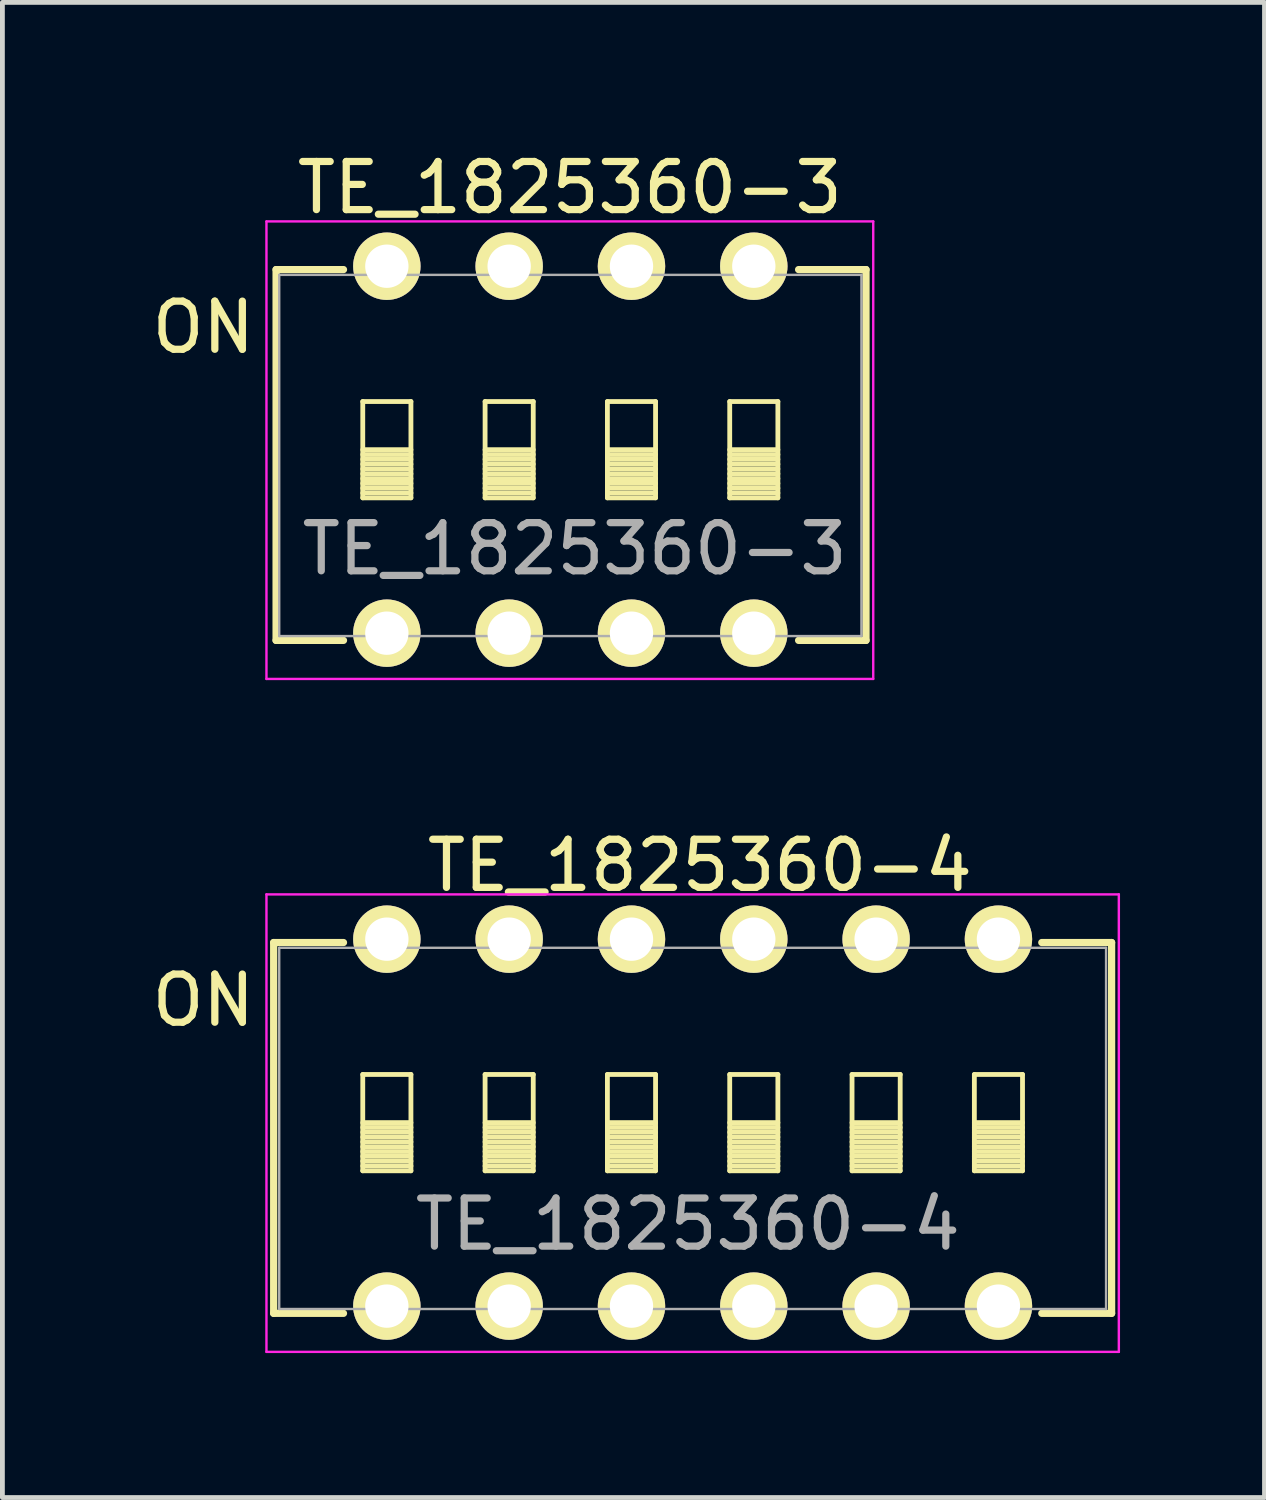
<source format=kicad_pcb>
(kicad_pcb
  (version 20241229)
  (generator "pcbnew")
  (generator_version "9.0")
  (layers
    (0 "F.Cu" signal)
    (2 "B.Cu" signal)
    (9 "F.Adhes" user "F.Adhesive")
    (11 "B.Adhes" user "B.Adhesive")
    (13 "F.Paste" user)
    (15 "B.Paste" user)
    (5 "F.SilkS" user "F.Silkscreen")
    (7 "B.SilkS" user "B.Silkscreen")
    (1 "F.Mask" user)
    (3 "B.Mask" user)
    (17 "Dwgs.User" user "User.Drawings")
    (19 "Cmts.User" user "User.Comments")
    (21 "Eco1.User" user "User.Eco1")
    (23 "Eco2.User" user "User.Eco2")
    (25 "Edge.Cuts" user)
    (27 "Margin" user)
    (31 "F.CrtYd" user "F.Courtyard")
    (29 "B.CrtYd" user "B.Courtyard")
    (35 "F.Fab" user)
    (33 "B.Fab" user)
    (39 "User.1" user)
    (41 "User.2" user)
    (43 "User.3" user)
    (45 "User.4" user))
  (footprint "TE_1825360-4"
    (layer "F.Cu")
    (at 4.983 24.072)
    (property "Reference" "TE_1825360-4" (at 6.25 -1.7 0) (layer "F.Fab") (effects (font (size 1 1) (thickness 0.15))))
    (attr through_hole)
    (fp_line (start -2.35 -7.55) (end -0.9 -7.55) (stroke (width 0.15) (type solid)) (layer "F.SilkS"))
    (fp_line (start -2.35 0.15) (end -2.35 -7.55) (stroke (width 0.15) (type solid)) (layer "F.SilkS"))
    (fp_line (start -0.9 0.15) (end -2.35 0.15) (stroke (width 0.15) (type solid)) (layer "F.SilkS"))
    (fp_line (start -0.5 -4.81) (end -0.5 -2.81) (stroke (width 0.1) (type solid)) (layer "F.SilkS"))
    (fp_line (start -0.5 -3.81) (end 0.5 -3.81) (stroke (width 0.1) (type solid)) (layer "F.SilkS"))
    (fp_line (start -0.5 -3.71) (end 0.5 -3.71) (stroke (width 0.1) (type solid)) (layer "F.SilkS"))
    (fp_line (start -0.5 -3.61) (end 0.5 -3.61) (stroke (width 0.1) (type solid)) (layer "F.SilkS"))
    (fp_line (start -0.5 -3.51) (end 0.5 -3.51) (stroke (width 0.1) (type solid)) (layer "F.SilkS"))
    (fp_line (start -0.5 -3.41) (end 0.5 -3.41) (stroke (width 0.1) (type solid)) (layer "F.SilkS"))
    (fp_line (start -0.5 -3.31) (end 0.5 -3.31) (stroke (width 0.1) (type solid)) (layer "F.SilkS"))
    (fp_line (start -0.5 -3.21) (end 0.5 -3.21) (stroke (width 0.1) (type solid)) (layer "F.SilkS"))
    (fp_line (start -0.5 -3.11) (end 0.5 -3.11) (stroke (width 0.1) (type solid)) (layer "F.SilkS"))
    (fp_line (start -0.5 -3.01) (end 0.5 -3.01) (stroke (width 0.1) (type solid)) (layer "F.SilkS"))
    (fp_line (start -0.5 -2.91) (end 0.5 -2.91) (stroke (width 0.1) (type solid)) (layer "F.SilkS"))
    (fp_line (start -0.5 -2.81) (end 0.5 -2.81) (stroke (width 0.1) (type solid)) (layer "F.SilkS"))
    (fp_line (start 0.5 -4.81) (end -0.5 -4.81) (stroke (width 0.1) (type solid)) (layer "F.SilkS"))
    (fp_line (start 0.5 -2.81) (end 0.5 -4.81) (stroke (width 0.1) (type solid)) (layer "F.SilkS"))
    (fp_line (start 2.04 -4.81) (end 2.04 -2.81) (stroke (width 0.1) (type solid)) (layer "F.SilkS"))
    (fp_line (start 2.04 -3.81) (end 3.04 -3.81) (stroke (width 0.1) (type solid)) (layer "F.SilkS"))
    (fp_line (start 2.04 -3.71) (end 3.04 -3.71) (stroke (width 0.1) (type solid)) (layer "F.SilkS"))
    (fp_line (start 2.04 -3.61) (end 3.04 -3.61) (stroke (width 0.1) (type solid)) (layer "F.SilkS"))
    (fp_line (start 2.04 -3.51) (end 3.04 -3.51) (stroke (width 0.1) (type solid)) (layer "F.SilkS"))
    (fp_line (start 2.04 -3.41) (end 3.04 -3.41) (stroke (width 0.1) (type solid)) (layer "F.SilkS"))
    (fp_line (start 2.04 -3.31) (end 3.04 -3.31) (stroke (width 0.1) (type solid)) (layer "F.SilkS"))
    (fp_line (start 2.04 -3.21) (end 3.04 -3.21) (stroke (width 0.1) (type solid)) (layer "F.SilkS"))
    (fp_line (start 2.04 -3.11) (end 3.04 -3.11) (stroke (width 0.1) (type solid)) (layer "F.SilkS"))
    (fp_line (start 2.04 -3.01) (end 3.04 -3.01) (stroke (width 0.1) (type solid)) (layer "F.SilkS"))
    (fp_line (start 2.04 -2.91) (end 3.04 -2.91) (stroke (width 0.1) (type solid)) (layer "F.SilkS"))
    (fp_line (start 2.04 -2.81) (end 3.04 -2.81) (stroke (width 0.1) (type solid)) (layer "F.SilkS"))
    (fp_line (start 3.04 -4.81) (end 2.04 -4.81) (stroke (width 0.1) (type solid)) (layer "F.SilkS"))
    (fp_line (start 3.04 -2.81) (end 3.04 -4.81) (stroke (width 0.1) (type solid)) (layer "F.SilkS"))
    (fp_line (start 4.58 -4.81) (end 4.58 -2.81) (stroke (width 0.1) (type solid)) (layer "F.SilkS"))
    (fp_line (start 4.58 -3.81) (end 5.58 -3.81) (stroke (width 0.1) (type solid)) (layer "F.SilkS"))
    (fp_line (start 4.58 -3.71) (end 5.58 -3.71) (stroke (width 0.1) (type solid)) (layer "F.SilkS"))
    (fp_line (start 4.58 -3.61) (end 5.58 -3.61) (stroke (width 0.1) (type solid)) (layer "F.SilkS"))
    (fp_line (start 4.58 -3.51) (end 5.58 -3.51) (stroke (width 0.1) (type solid)) (layer "F.SilkS"))
    (fp_line (start 4.58 -3.41) (end 5.58 -3.41) (stroke (width 0.1) (type solid)) (layer "F.SilkS"))
    (fp_line (start 4.58 -3.31) (end 5.58 -3.31) (stroke (width 0.1) (type solid)) (layer "F.SilkS"))
    (fp_line (start 4.58 -3.21) (end 5.58 -3.21) (stroke (width 0.1) (type solid)) (layer "F.SilkS"))
    (fp_line (start 4.58 -3.11) (end 5.58 -3.11) (stroke (width 0.1) (type solid)) (layer "F.SilkS"))
    (fp_line (start 4.58 -3.01) (end 5.58 -3.01) (stroke (width 0.1) (type solid)) (layer "F.SilkS"))
    (fp_line (start 4.58 -2.91) (end 5.58 -2.91) (stroke (width 0.1) (type solid)) (layer "F.SilkS"))
    (fp_line (start 4.58 -2.81) (end 5.58 -2.81) (stroke (width 0.1) (type solid)) (layer "F.SilkS"))
    (fp_line (start 5.58 -4.81) (end 4.58 -4.81) (stroke (width 0.1) (type solid)) (layer "F.SilkS"))
    (fp_line (start 5.58 -2.81) (end 5.58 -4.81) (stroke (width 0.1) (type solid)) (layer "F.SilkS"))
    (fp_line (start 7.12 -4.81) (end 7.12 -2.81) (stroke (width 0.1) (type solid)) (layer "F.SilkS"))
    (fp_line (start 7.12 -3.81) (end 8.12 -3.81) (stroke (width 0.1) (type solid)) (layer "F.SilkS"))
    (fp_line (start 7.12 -3.71) (end 8.12 -3.71) (stroke (width 0.1) (type solid)) (layer "F.SilkS"))
    (fp_line (start 7.12 -3.61) (end 8.12 -3.61) (stroke (width 0.1) (type solid)) (layer "F.SilkS"))
    (fp_line (start 7.12 -3.51) (end 8.12 -3.51) (stroke (width 0.1) (type solid)) (layer "F.SilkS"))
    (fp_line (start 7.12 -3.41) (end 8.12 -3.41) (stroke (width 0.1) (type solid)) (layer "F.SilkS"))
    (fp_line (start 7.12 -3.31) (end 8.12 -3.31) (stroke (width 0.1) (type solid)) (layer "F.SilkS"))
    (fp_line (start 7.12 -3.21) (end 8.12 -3.21) (stroke (width 0.1) (type solid)) (layer "F.SilkS"))
    (fp_line (start 7.12 -3.11) (end 8.12 -3.11) (stroke (width 0.1) (type solid)) (layer "F.SilkS"))
    (fp_line (start 7.12 -3.01) (end 8.12 -3.01) (stroke (width 0.1) (type solid)) (layer "F.SilkS"))
    (fp_line (start 7.12 -2.91) (end 8.12 -2.91) (stroke (width 0.1) (type solid)) (layer "F.SilkS"))
    (fp_line (start 7.12 -2.81) (end 8.12 -2.81) (stroke (width 0.1) (type solid)) (layer "F.SilkS"))
    (fp_line (start 8.12 -4.81) (end 7.12 -4.81) (stroke (width 0.1) (type solid)) (layer "F.SilkS"))
    (fp_line (start 8.12 -2.81) (end 8.12 -4.81) (stroke (width 0.1) (type solid)) (layer "F.SilkS"))
    (fp_line (start 9.66 -4.81) (end 9.66 -2.81) (stroke (width 0.1) (type solid)) (layer "F.SilkS"))
    (fp_line (start 9.66 -3.81) (end 10.66 -3.81) (stroke (width 0.1) (type solid)) (layer "F.SilkS"))
    (fp_line (start 9.66 -3.71) (end 10.66 -3.71) (stroke (width 0.1) (type solid)) (layer "F.SilkS"))
    (fp_line (start 9.66 -3.61) (end 10.66 -3.61) (stroke (width 0.1) (type solid)) (layer "F.SilkS"))
    (fp_line (start 9.66 -3.51) (end 10.66 -3.51) (stroke (width 0.1) (type solid)) (layer "F.SilkS"))
    (fp_line (start 9.66 -3.41) (end 10.66 -3.41) (stroke (width 0.1) (type solid)) (layer "F.SilkS"))
    (fp_line (start 9.66 -3.31) (end 10.66 -3.31) (stroke (width 0.1) (type solid)) (layer "F.SilkS"))
    (fp_line (start 9.66 -3.21) (end 10.66 -3.21) (stroke (width 0.1) (type solid)) (layer "F.SilkS"))
    (fp_line (start 9.66 -3.11) (end 10.66 -3.11) (stroke (width 0.1) (type solid)) (layer "F.SilkS"))
    (fp_line (start 9.66 -3.01) (end 10.66 -3.01) (stroke (width 0.1) (type solid)) (layer "F.SilkS"))
    (fp_line (start 9.66 -2.91) (end 10.66 -2.91) (stroke (width 0.1) (type solid)) (layer "F.SilkS"))
    (fp_line (start 9.66 -2.81) (end 10.66 -2.81) (stroke (width 0.1) (type solid)) (layer "F.SilkS"))
    (fp_line (start 10.66 -4.81) (end 9.66 -4.81) (stroke (width 0.1) (type solid)) (layer "F.SilkS"))
    (fp_line (start 10.66 -2.81) (end 10.66 -4.81) (stroke (width 0.1) (type solid)) (layer "F.SilkS"))
    (fp_line (start 12.2 -4.81) (end 12.2 -2.81) (stroke (width 0.1) (type solid)) (layer "F.SilkS"))
    (fp_line (start 12.2 -3.81) (end 13.2 -3.81) (stroke (width 0.1) (type solid)) (layer "F.SilkS"))
    (fp_line (start 12.2 -3.71) (end 13.2 -3.71) (stroke (width 0.1) (type solid)) (layer "F.SilkS"))
    (fp_line (start 12.2 -3.61) (end 13.2 -3.61) (stroke (width 0.1) (type solid)) (layer "F.SilkS"))
    (fp_line (start 12.2 -3.51) (end 13.2 -3.51) (stroke (width 0.1) (type solid)) (layer "F.SilkS"))
    (fp_line (start 12.2 -3.41) (end 13.2 -3.41) (stroke (width 0.1) (type solid)) (layer "F.SilkS"))
    (fp_line (start 12.2 -3.31) (end 13.2 -3.31) (stroke (width 0.1) (type solid)) (layer "F.SilkS"))
    (fp_line (start 12.2 -3.21) (end 13.2 -3.21) (stroke (width 0.1) (type solid)) (layer "F.SilkS"))
    (fp_line (start 12.2 -3.11) (end 13.2 -3.11) (stroke (width 0.1) (type solid)) (layer "F.SilkS"))
    (fp_line (start 12.2 -3.01) (end 13.2 -3.01) (stroke (width 0.1) (type solid)) (layer "F.SilkS"))
    (fp_line (start 12.2 -2.91) (end 13.2 -2.91) (stroke (width 0.1) (type solid)) (layer "F.SilkS"))
    (fp_line (start 12.2 -2.81) (end 13.2 -2.81) (stroke (width 0.1) (type solid)) (layer "F.SilkS"))
    (fp_line (start 13.2 -4.81) (end 12.2 -4.81) (stroke (width 0.1) (type solid)) (layer "F.SilkS"))
    (fp_line (start 13.2 -2.81) (end 13.2 -4.81) (stroke (width 0.1) (type solid)) (layer "F.SilkS"))
    (fp_line (start 13.6 -7.55) (end 15.05 -7.55) (stroke (width 0.15) (type solid)) (layer "F.SilkS"))
    (fp_line (start 15.05 -7.55) (end 15.05 0.15) (stroke (width 0.15) (type solid)) (layer "F.SilkS"))
    (fp_line (start 15.05 0.15) (end 13.6 0.15) (stroke (width 0.15) (type solid)) (layer "F.SilkS"))
    (fp_line (start -2.5 0.95) (end -2.5 -8.55) (stroke (width 0.05) (type solid)) (layer "F.CrtYd"))
    (fp_line (start 15.2 -8.55) (end -2.5 -8.55) (stroke (width 0.05) (type solid)) (layer "F.CrtYd"))
    (fp_line (start 15.2 -8.55) (end 15.2 0.95) (stroke (width 0.05) (type solid)) (layer "F.CrtYd"))
    (fp_line (start 15.2 0.95) (end -2.5 0.95) (stroke (width 0.05) (type solid)) (layer "F.CrtYd"))
    (fp_line (start -2.235 -7.44) (end 14.935 -7.44) (stroke (width 0.05) (type solid)) (layer "F.Fab"))
    (fp_line (start -2.235 0.06) (end -2.235 -7.44) (stroke (width 0.05) (type solid)) (layer "F.Fab"))
    (fp_line (start 14.935 -7.44) (end 14.935 0.06) (stroke (width 0.05) (type solid)) (layer "F.Fab"))
    (fp_line (start 14.935 0.06) (end -2.235 0.06) (stroke (width 0.05) (type solid)) (layer "F.Fab"))
    (fp_text user "ON" (at -3.81 -6.35 0) (layer "F.SilkS") (effects (font (size 1 1) (thickness 0.15))))
    (fp_text user "${REFERENCE}" (at 6.5 -9.15 0) (layer "F.SilkS") (effects (font (size 1 1) (thickness 0.15))))
    (pad "1" thru_hole circle (at 0 0) (size 1.4 1.4) (drill 0.9) (layers "*.Cu" "*.Mask" "F.SilkS" "B.Paste"))
    (pad "2" thru_hole circle (at 2.54 0) (size 1.4 1.4) (drill 0.9) (layers "*.Cu" "*.Mask" "F.SilkS" "B.Paste"))
    (pad "3" thru_hole circle (at 5.08 0) (size 1.4 1.4) (drill 0.9) (layers "*.Cu" "*.Mask" "F.SilkS" "B.Paste"))
    (pad "4" thru_hole circle (at 7.62 0) (size 1.4 1.4) (drill 0.9) (layers "*.Cu" "*.Mask" "F.SilkS" "B.Paste"))
    (pad "5" thru_hole circle (at 10.16 0) (size 1.4 1.4) (drill 0.9) (layers "*.Cu" "*.Mask" "F.SilkS" "B.Paste"))
    (pad "6" thru_hole circle (at 12.7 0) (size 1.4 1.4) (drill 0.9) (layers "*.Cu" "*.Mask" "F.SilkS" "B.Paste"))
    (pad "7" thru_hole circle (at 12.7 -7.62) (size 1.4 1.4) (drill 0.9) (layers "*.Cu" "*.Mask" "F.SilkS" "B.Paste"))
    (pad "8" thru_hole circle (at 10.16 -7.62) (size 1.4 1.4) (drill 0.9) (layers "*.Cu" "*.Mask" "F.SilkS" "B.Paste"))
    (pad "9" thru_hole circle (at 7.62 -7.62) (size 1.4 1.4) (drill 0.9) (layers "*.Cu" "*.Mask" "F.SilkS" "B.Paste"))
    (pad "10" thru_hole circle (at 5.08 -7.62) (size 1.4 1.4) (drill 0.9) (layers "*.Cu" "*.Mask" "F.SilkS" "B.Paste"))
    (pad "11" thru_hole circle (at 2.54 -7.62) (size 1.4 1.4) (drill 0.9) (layers "*.Cu" "*.Mask" "F.SilkS" "B.Paste"))
    (pad "12" thru_hole circle (at 0 -7.62) (size 1.4 1.4) (drill 0.9) (layers "*.Cu" "*.Mask" "F.SilkS" "B.Paste")))
  (footprint "TE_1825360-3"
    (layer "F.Cu")
    (at 4.983 10.098)
    (property "Reference" "TE_1825360-3" (at 3.9 -1.75 0) (layer "F.Fab") (effects (font (size 1 1) (thickness 0.15))))
    (attr through_hole)
    (fp_line (start -2.3 -7.55) (end -0.9 -7.55) (stroke (width 0.15) (type solid)) (layer "F.SilkS"))
    (fp_line (start -2.3 0.15) (end -2.3 -7.55) (stroke (width 0.15) (type solid)) (layer "F.SilkS"))
    (fp_line (start -0.9 0.15) (end -2.3 0.15) (stroke (width 0.15) (type solid)) (layer "F.SilkS"))
    (fp_line (start -0.5 -4.81) (end -0.5 -2.81) (stroke (width 0.1) (type solid)) (layer "F.SilkS"))
    (fp_line (start -0.5 -3.81) (end 0.5 -3.81) (stroke (width 0.1) (type solid)) (layer "F.SilkS"))
    (fp_line (start -0.5 -3.71) (end 0.5 -3.71) (stroke (width 0.1) (type solid)) (layer "F.SilkS"))
    (fp_line (start -0.5 -3.61) (end 0.5 -3.61) (stroke (width 0.1) (type solid)) (layer "F.SilkS"))
    (fp_line (start -0.5 -3.51) (end 0.5 -3.51) (stroke (width 0.1) (type solid)) (layer "F.SilkS"))
    (fp_line (start -0.5 -3.41) (end 0.5 -3.41) (stroke (width 0.1) (type solid)) (layer "F.SilkS"))
    (fp_line (start -0.5 -3.31) (end 0.5 -3.31) (stroke (width 0.1) (type solid)) (layer "F.SilkS"))
    (fp_line (start -0.5 -3.21) (end 0.5 -3.21) (stroke (width 0.1) (type solid)) (layer "F.SilkS"))
    (fp_line (start -0.5 -3.11) (end 0.5 -3.11) (stroke (width 0.1) (type solid)) (layer "F.SilkS"))
    (fp_line (start -0.5 -3.01) (end 0.5 -3.01) (stroke (width 0.1) (type solid)) (layer "F.SilkS"))
    (fp_line (start -0.5 -2.91) (end 0.5 -2.91) (stroke (width 0.1) (type solid)) (layer "F.SilkS"))
    (fp_line (start -0.5 -2.81) (end 0.5 -2.81) (stroke (width 0.1) (type solid)) (layer "F.SilkS"))
    (fp_line (start 0.5 -4.81) (end -0.5 -4.81) (stroke (width 0.1) (type solid)) (layer "F.SilkS"))
    (fp_line (start 0.5 -2.81) (end 0.5 -4.81) (stroke (width 0.1) (type solid)) (layer "F.SilkS"))
    (fp_line (start 2.04 -4.81) (end 2.04 -2.81) (stroke (width 0.1) (type solid)) (layer "F.SilkS"))
    (fp_line (start 2.04 -3.81) (end 3.04 -3.81) (stroke (width 0.1) (type solid)) (layer "F.SilkS"))
    (fp_line (start 2.04 -3.71) (end 3.04 -3.71) (stroke (width 0.1) (type solid)) (layer "F.SilkS"))
    (fp_line (start 2.04 -3.61) (end 3.04 -3.61) (stroke (width 0.1) (type solid)) (layer "F.SilkS"))
    (fp_line (start 2.04 -3.51) (end 3.04 -3.51) (stroke (width 0.1) (type solid)) (layer "F.SilkS"))
    (fp_line (start 2.04 -3.41) (end 3.04 -3.41) (stroke (width 0.1) (type solid)) (layer "F.SilkS"))
    (fp_line (start 2.04 -3.31) (end 3.04 -3.31) (stroke (width 0.1) (type solid)) (layer "F.SilkS"))
    (fp_line (start 2.04 -3.21) (end 3.04 -3.21) (stroke (width 0.1) (type solid)) (layer "F.SilkS"))
    (fp_line (start 2.04 -3.11) (end 3.04 -3.11) (stroke (width 0.1) (type solid)) (layer "F.SilkS"))
    (fp_line (start 2.04 -3.01) (end 3.04 -3.01) (stroke (width 0.1) (type solid)) (layer "F.SilkS"))
    (fp_line (start 2.04 -2.91) (end 3.04 -2.91) (stroke (width 0.1) (type solid)) (layer "F.SilkS"))
    (fp_line (start 2.04 -2.81) (end 3.04 -2.81) (stroke (width 0.1) (type solid)) (layer "F.SilkS"))
    (fp_line (start 3.04 -4.81) (end 2.04 -4.81) (stroke (width 0.1) (type solid)) (layer "F.SilkS"))
    (fp_line (start 3.04 -2.81) (end 3.04 -4.81) (stroke (width 0.1) (type solid)) (layer "F.SilkS"))
    (fp_line (start 4.58 -4.81) (end 4.58 -2.81) (stroke (width 0.1) (type solid)) (layer "F.SilkS"))
    (fp_line (start 4.58 -3.81) (end 5.58 -3.81) (stroke (width 0.1) (type solid)) (layer "F.SilkS"))
    (fp_line (start 4.58 -3.71) (end 5.58 -3.71) (stroke (width 0.1) (type solid)) (layer "F.SilkS"))
    (fp_line (start 4.58 -3.61) (end 5.58 -3.61) (stroke (width 0.1) (type solid)) (layer "F.SilkS"))
    (fp_line (start 4.58 -3.51) (end 5.58 -3.51) (stroke (width 0.1) (type solid)) (layer "F.SilkS"))
    (fp_line (start 4.58 -3.41) (end 5.58 -3.41) (stroke (width 0.1) (type solid)) (layer "F.SilkS"))
    (fp_line (start 4.58 -3.31) (end 5.58 -3.31) (stroke (width 0.1) (type solid)) (layer "F.SilkS"))
    (fp_line (start 4.58 -3.21) (end 5.58 -3.21) (stroke (width 0.1) (type solid)) (layer "F.SilkS"))
    (fp_line (start 4.58 -3.11) (end 5.58 -3.11) (stroke (width 0.1) (type solid)) (layer "F.SilkS"))
    (fp_line (start 4.58 -3.01) (end 5.58 -3.01) (stroke (width 0.1) (type solid)) (layer "F.SilkS"))
    (fp_line (start 4.58 -2.91) (end 5.58 -2.91) (stroke (width 0.1) (type solid)) (layer "F.SilkS"))
    (fp_line (start 4.58 -2.81) (end 5.58 -2.81) (stroke (width 0.1) (type solid)) (layer "F.SilkS"))
    (fp_line (start 5.58 -4.81) (end 4.58 -4.81) (stroke (width 0.1) (type solid)) (layer "F.SilkS"))
    (fp_line (start 5.58 -2.81) (end 5.58 -4.81) (stroke (width 0.1) (type solid)) (layer "F.SilkS"))
    (fp_line (start 7.12 -4.81) (end 7.12 -2.81) (stroke (width 0.1) (type solid)) (layer "F.SilkS"))
    (fp_line (start 7.12 -3.81) (end 8.12 -3.81) (stroke (width 0.1) (type solid)) (layer "F.SilkS"))
    (fp_line (start 7.12 -3.71) (end 8.12 -3.71) (stroke (width 0.1) (type solid)) (layer "F.SilkS"))
    (fp_line (start 7.12 -3.61) (end 8.12 -3.61) (stroke (width 0.1) (type solid)) (layer "F.SilkS"))
    (fp_line (start 7.12 -3.51) (end 8.12 -3.51) (stroke (width 0.1) (type solid)) (layer "F.SilkS"))
    (fp_line (start 7.12 -3.41) (end 8.12 -3.41) (stroke (width 0.1) (type solid)) (layer "F.SilkS"))
    (fp_line (start 7.12 -3.31) (end 8.12 -3.31) (stroke (width 0.1) (type solid)) (layer "F.SilkS"))
    (fp_line (start 7.12 -3.21) (end 8.12 -3.21) (stroke (width 0.1) (type solid)) (layer "F.SilkS"))
    (fp_line (start 7.12 -3.11) (end 8.12 -3.11) (stroke (width 0.1) (type solid)) (layer "F.SilkS"))
    (fp_line (start 7.12 -3.01) (end 8.12 -3.01) (stroke (width 0.1) (type solid)) (layer "F.SilkS"))
    (fp_line (start 7.12 -2.91) (end 8.12 -2.91) (stroke (width 0.1) (type solid)) (layer "F.SilkS"))
    (fp_line (start 7.12 -2.81) (end 8.12 -2.81) (stroke (width 0.1) (type solid)) (layer "F.SilkS"))
    (fp_line (start 8.12 -4.81) (end 7.12 -4.81) (stroke (width 0.1) (type solid)) (layer "F.SilkS"))
    (fp_line (start 8.12 -2.81) (end 8.12 -4.81) (stroke (width 0.1) (type solid)) (layer "F.SilkS"))
    (fp_line (start 8.55 -7.55) (end 9.95 -7.55) (stroke (width 0.15) (type solid)) (layer "F.SilkS"))
    (fp_line (start 9.95 -7.55) (end 9.95 0.15) (stroke (width 0.15) (type solid)) (layer "F.SilkS"))
    (fp_line (start 9.95 0.15) (end 8.55 0.15) (stroke (width 0.15) (type solid)) (layer "F.SilkS"))
    (fp_line (start -2.5 0.95) (end -2.5 -8.55) (stroke (width 0.05) (type solid)) (layer "F.CrtYd"))
    (fp_line (start 10.1 -8.55) (end -2.5 -8.55) (stroke (width 0.05) (type solid)) (layer "F.CrtYd"))
    (fp_line (start 10.1 -8.55) (end 10.1 0.95) (stroke (width 0.05) (type solid)) (layer "F.CrtYd"))
    (fp_line (start 10.1 0.95) (end -2.5 0.95) (stroke (width 0.05) (type solid)) (layer "F.CrtYd"))
    (fp_line (start -2.235 -7.44) (end 9.855 -7.44) (stroke (width 0.05) (type solid)) (layer "F.Fab"))
    (fp_line (start -2.235 0.06) (end -2.235 -7.44) (stroke (width 0.05) (type solid)) (layer "F.Fab"))
    (fp_line (start 9.855 -7.44) (end 9.855 0.06) (stroke (width 0.05) (type solid)) (layer "F.Fab"))
    (fp_line (start 9.855 0.06) (end -2.235 0.06) (stroke (width 0.05) (type solid)) (layer "F.Fab"))
    (fp_text user "ON" (at -3.81 -6.35 0) (layer "F.SilkS") (effects (font (size 1 1) (thickness 0.15))))
    (fp_text user "${REFERENCE}" (at 3.8 -9.25 0) (layer "F.SilkS") (effects (font (size 1 1) (thickness 0.15))))
    (pad "1" thru_hole circle (at 0 0) (size 1.4 1.4) (drill 0.9) (layers "*.Cu" "*.Mask" "F.SilkS" "B.Paste"))
    (pad "2" thru_hole circle (at 2.54 0) (size 1.4 1.4) (drill 0.9) (layers "*.Cu" "*.Mask" "F.SilkS" "B.Paste"))
    (pad "3" thru_hole circle (at 5.08 0) (size 1.4 1.4) (drill 0.9) (layers "*.Cu" "*.Mask" "F.SilkS" "B.Paste"))
    (pad "4" thru_hole circle (at 7.62 0) (size 1.4 1.4) (drill 0.9) (layers "*.Cu" "*.Mask" "F.SilkS" "B.Paste"))
    (pad "5" thru_hole circle (at 7.62 -7.62) (size 1.4 1.4) (drill 0.9) (layers "*.Cu" "*.Mask" "F.SilkS" "B.Paste"))
    (pad "6" thru_hole circle (at 5.08 -7.62) (size 1.4 1.4) (drill 0.9) (layers "*.Cu" "*.Mask" "F.SilkS" "B.Paste"))
    (pad "7" thru_hole circle (at 2.54 -7.62) (size 1.4 1.4) (drill 0.9) (layers "*.Cu" "*.Mask" "F.SilkS" "B.Paste"))
    (pad "8" thru_hole circle (at 0 -7.62) (size 1.4 1.4) (drill 0.9) (layers "*.Cu" "*.Mask" "F.SilkS" "B.Paste")))
  (gr_rect
    (start -3 -3)
    (end 23.208 28.047)
    (stroke (width 0.1) (type default))
    (fill no)
    (layer "Edge.Cuts")))
</source>
